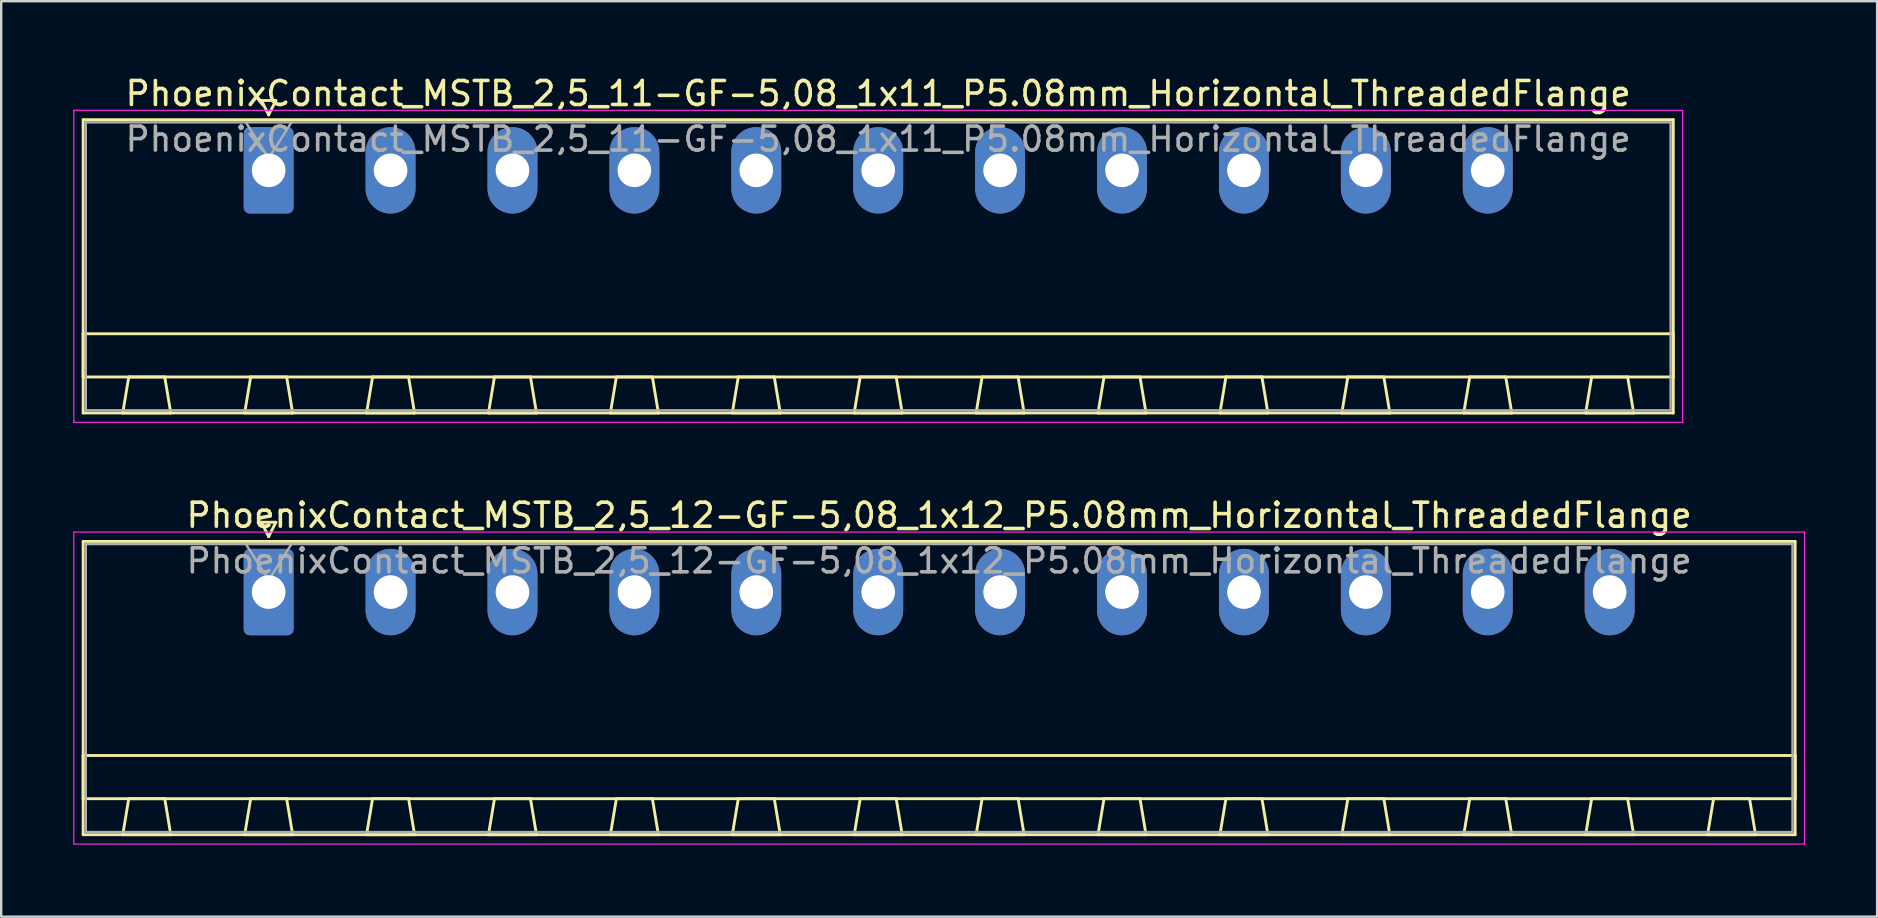
<source format=kicad_pcb>
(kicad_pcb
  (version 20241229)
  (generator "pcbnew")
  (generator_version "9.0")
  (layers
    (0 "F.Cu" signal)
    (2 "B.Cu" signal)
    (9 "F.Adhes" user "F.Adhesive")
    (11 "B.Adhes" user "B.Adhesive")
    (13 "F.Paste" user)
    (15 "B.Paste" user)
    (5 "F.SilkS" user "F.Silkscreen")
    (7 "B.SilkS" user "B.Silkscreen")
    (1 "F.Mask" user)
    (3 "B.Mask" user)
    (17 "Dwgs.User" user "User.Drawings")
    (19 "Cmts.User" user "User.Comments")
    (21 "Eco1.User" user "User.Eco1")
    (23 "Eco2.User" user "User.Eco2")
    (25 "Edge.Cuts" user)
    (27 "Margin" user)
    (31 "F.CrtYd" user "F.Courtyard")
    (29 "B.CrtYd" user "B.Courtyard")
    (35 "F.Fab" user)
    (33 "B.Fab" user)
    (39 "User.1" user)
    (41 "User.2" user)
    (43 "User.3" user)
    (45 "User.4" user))
  (footprint "PhoenixContact_MSTB_2,5_11-GF-5,08_1x11_P5.08mm_Horizontal_ThreadedFlange"
    (layer "F.Cu")
    (at 8.145 4.048)
    (property "Reference" "PhoenixContact_MSTB_2,5_11-GF-5,08_1x11_P5.08mm_Horizontal_ThreadedFlange" (at 25.4 -3.2 0) (layer "F.SilkS") (effects (font (size 1 1) (thickness 0.15))))
    (attr through_hole)
    (fp_line (start -7.73 -2.11) (end -7.73 10.11) (stroke (width 0.12) (type solid)) (layer "F.SilkS"))
    (fp_line (start -7.73 6.81) (end 58.53 6.81) (stroke (width 0.12) (type solid)) (layer "F.SilkS"))
    (fp_line (start -7.73 8.61) (end -7.73 6.81) (stroke (width 0.12) (type solid)) (layer "F.SilkS"))
    (fp_line (start -7.73 10.11) (end 58.53 10.11) (stroke (width 0.12) (type solid)) (layer "F.SilkS"))
    (fp_line (start -6.08 10.11) (end -4.08 10.11) (stroke (width 0.12) (type solid)) (layer "F.SilkS"))
    (fp_line (start -5.83 8.61) (end -6.08 10.11) (stroke (width 0.12) (type solid)) (layer "F.SilkS"))
    (fp_line (start -4.33 8.61) (end -5.83 8.61) (stroke (width 0.12) (type solid)) (layer "F.SilkS"))
    (fp_line (start -4.08 10.11) (end -4.33 8.61) (stroke (width 0.12) (type solid)) (layer "F.SilkS"))
    (fp_line (start -1 10.11) (end 1 10.11) (stroke (width 0.12) (type solid)) (layer "F.SilkS"))
    (fp_line (start -0.75 8.61) (end -1 10.11) (stroke (width 0.12) (type solid)) (layer "F.SilkS"))
    (fp_line (start -0.3 -2.91) (end 0.3 -2.91) (stroke (width 0.12) (type solid)) (layer "F.SilkS"))
    (fp_line (start 0 -2.31) (end -0.3 -2.91) (stroke (width 0.12) (type solid)) (layer "F.SilkS"))
    (fp_line (start 0.3 -2.91) (end 0 -2.31) (stroke (width 0.12) (type solid)) (layer "F.SilkS"))
    (fp_line (start 0.75 8.61) (end -0.75 8.61) (stroke (width 0.12) (type solid)) (layer "F.SilkS"))
    (fp_line (start 1 10.11) (end 0.75 8.61) (stroke (width 0.12) (type solid)) (layer "F.SilkS"))
    (fp_line (start 4.08 10.11) (end 6.08 10.11) (stroke (width 0.12) (type solid)) (layer "F.SilkS"))
    (fp_line (start 4.33 8.61) (end 4.08 10.11) (stroke (width 0.12) (type solid)) (layer "F.SilkS"))
    (fp_line (start 5.83 8.61) (end 4.33 8.61) (stroke (width 0.12) (type solid)) (layer "F.SilkS"))
    (fp_line (start 6.08 10.11) (end 5.83 8.61) (stroke (width 0.12) (type solid)) (layer "F.SilkS"))
    (fp_line (start 9.16 10.11) (end 11.16 10.11) (stroke (width 0.12) (type solid)) (layer "F.SilkS"))
    (fp_line (start 9.41 8.61) (end 9.16 10.11) (stroke (width 0.12) (type solid)) (layer "F.SilkS"))
    (fp_line (start 10.91 8.61) (end 9.41 8.61) (stroke (width 0.12) (type solid)) (layer "F.SilkS"))
    (fp_line (start 11.16 10.11) (end 10.91 8.61) (stroke (width 0.12) (type solid)) (layer "F.SilkS"))
    (fp_line (start 14.24 10.11) (end 16.24 10.11) (stroke (width 0.12) (type solid)) (layer "F.SilkS"))
    (fp_line (start 14.49 8.61) (end 14.24 10.11) (stroke (width 0.12) (type solid)) (layer "F.SilkS"))
    (fp_line (start 15.99 8.61) (end 14.49 8.61) (stroke (width 0.12) (type solid)) (layer "F.SilkS"))
    (fp_line (start 16.24 10.11) (end 15.99 8.61) (stroke (width 0.12) (type solid)) (layer "F.SilkS"))
    (fp_line (start 19.32 10.11) (end 21.32 10.11) (stroke (width 0.12) (type solid)) (layer "F.SilkS"))
    (fp_line (start 19.57 8.61) (end 19.32 10.11) (stroke (width 0.12) (type solid)) (layer "F.SilkS"))
    (fp_line (start 21.07 8.61) (end 19.57 8.61) (stroke (width 0.12) (type solid)) (layer "F.SilkS"))
    (fp_line (start 21.32 10.11) (end 21.07 8.61) (stroke (width 0.12) (type solid)) (layer "F.SilkS"))
    (fp_line (start 24.4 10.11) (end 26.4 10.11) (stroke (width 0.12) (type solid)) (layer "F.SilkS"))
    (fp_line (start 24.65 8.61) (end 24.4 10.11) (stroke (width 0.12) (type solid)) (layer "F.SilkS"))
    (fp_line (start 26.15 8.61) (end 24.65 8.61) (stroke (width 0.12) (type solid)) (layer "F.SilkS"))
    (fp_line (start 26.4 10.11) (end 26.15 8.61) (stroke (width 0.12) (type solid)) (layer "F.SilkS"))
    (fp_line (start 29.48 10.11) (end 31.48 10.11) (stroke (width 0.12) (type solid)) (layer "F.SilkS"))
    (fp_line (start 29.73 8.61) (end 29.48 10.11) (stroke (width 0.12) (type solid)) (layer "F.SilkS"))
    (fp_line (start 31.23 8.61) (end 29.73 8.61) (stroke (width 0.12) (type solid)) (layer "F.SilkS"))
    (fp_line (start 31.48 10.11) (end 31.23 8.61) (stroke (width 0.12) (type solid)) (layer "F.SilkS"))
    (fp_line (start 34.56 10.11) (end 36.56 10.11) (stroke (width 0.12) (type solid)) (layer "F.SilkS"))
    (fp_line (start 34.81 8.61) (end 34.56 10.11) (stroke (width 0.12) (type solid)) (layer "F.SilkS"))
    (fp_line (start 36.31 8.61) (end 34.81 8.61) (stroke (width 0.12) (type solid)) (layer "F.SilkS"))
    (fp_line (start 36.56 10.11) (end 36.31 8.61) (stroke (width 0.12) (type solid)) (layer "F.SilkS"))
    (fp_line (start 39.64 10.11) (end 41.64 10.11) (stroke (width 0.12) (type solid)) (layer "F.SilkS"))
    (fp_line (start 39.89 8.61) (end 39.64 10.11) (stroke (width 0.12) (type solid)) (layer "F.SilkS"))
    (fp_line (start 41.39 8.61) (end 39.89 8.61) (stroke (width 0.12) (type solid)) (layer "F.SilkS"))
    (fp_line (start 41.64 10.11) (end 41.39 8.61) (stroke (width 0.12) (type solid)) (layer "F.SilkS"))
    (fp_line (start 44.72 10.11) (end 46.72 10.11) (stroke (width 0.12) (type solid)) (layer "F.SilkS"))
    (fp_line (start 44.97 8.61) (end 44.72 10.11) (stroke (width 0.12) (type solid)) (layer "F.SilkS"))
    (fp_line (start 46.47 8.61) (end 44.97 8.61) (stroke (width 0.12) (type solid)) (layer "F.SilkS"))
    (fp_line (start 46.72 10.11) (end 46.47 8.61) (stroke (width 0.12) (type solid)) (layer "F.SilkS"))
    (fp_line (start 49.8 10.11) (end 51.8 10.11) (stroke (width 0.12) (type solid)) (layer "F.SilkS"))
    (fp_line (start 50.05 8.61) (end 49.8 10.11) (stroke (width 0.12) (type solid)) (layer "F.SilkS"))
    (fp_line (start 51.55 8.61) (end 50.05 8.61) (stroke (width 0.12) (type solid)) (layer "F.SilkS"))
    (fp_line (start 51.8 10.11) (end 51.55 8.61) (stroke (width 0.12) (type solid)) (layer "F.SilkS"))
    (fp_line (start 54.88 10.11) (end 56.88 10.11) (stroke (width 0.12) (type solid)) (layer "F.SilkS"))
    (fp_line (start 55.13 8.61) (end 54.88 10.11) (stroke (width 0.12) (type solid)) (layer "F.SilkS"))
    (fp_line (start 56.63 8.61) (end 55.13 8.61) (stroke (width 0.12) (type solid)) (layer "F.SilkS"))
    (fp_line (start 56.88 10.11) (end 56.63 8.61) (stroke (width 0.12) (type solid)) (layer "F.SilkS"))
    (fp_line (start 58.53 -2.11) (end -7.73 -2.11) (stroke (width 0.12) (type solid)) (layer "F.SilkS"))
    (fp_line (start 58.53 6.81) (end 58.53 8.61) (stroke (width 0.12) (type solid)) (layer "F.SilkS"))
    (fp_line (start 58.53 8.61) (end -7.73 8.61) (stroke (width 0.12) (type solid)) (layer "F.SilkS"))
    (fp_line (start 58.53 10.11) (end 58.53 -2.11) (stroke (width 0.12) (type solid)) (layer "F.SilkS"))
    (fp_line (start -8.12 -2.5) (end -8.12 10.5) (stroke (width 0.05) (type solid)) (layer "F.CrtYd"))
    (fp_line (start -8.12 10.5) (end 58.92 10.5) (stroke (width 0.05) (type solid)) (layer "F.CrtYd"))
    (fp_line (start 58.92 -2.5) (end -8.12 -2.5) (stroke (width 0.05) (type solid)) (layer "F.CrtYd"))
    (fp_line (start 58.92 10.5) (end 58.92 -2.5) (stroke (width 0.05) (type solid)) (layer "F.CrtYd"))
    (fp_line (start -7.62 -2) (end -7.62 10) (stroke (width 0.1) (type solid)) (layer "F.Fab"))
    (fp_line (start -7.62 10) (end 58.42 10) (stroke (width 0.1) (type solid)) (layer "F.Fab"))
    (fp_line (start 0 -0.5) (end -0.95 -2) (stroke (width 0.1) (type solid)) (layer "F.Fab"))
    (fp_line (start 0.95 -2) (end 0 -0.5) (stroke (width 0.1) (type solid)) (layer "F.Fab"))
    (fp_line (start 58.42 -2) (end -7.62 -2) (stroke (width 0.1) (type solid)) (layer "F.Fab"))
    (fp_line (start 58.42 10) (end 58.42 -2) (stroke (width 0.1) (type solid)) (layer "F.Fab"))
    (fp_text user "${REFERENCE}" (at 25.4 -1.3 0) (layer "F.Fab") (effects (font (size 1 1) (thickness 0.15))))
    (pad "1" thru_hole roundrect (at 0 0) (size 2.08 3.6) (drill 1.4) (layers "*.Cu" "*.Mask") (roundrect_rratio 0.12))
    (pad "2" thru_hole oval (at 5.08 0) (size 2.08 3.6) (drill 1.4) (layers "*.Cu" "*.Mask"))
    (pad "3" thru_hole oval (at 10.16 0) (size 2.08 3.6) (drill 1.4) (layers "*.Cu" "*.Mask"))
    (pad "4" thru_hole oval (at 15.24 0) (size 2.08 3.6) (drill 1.4) (layers "*.Cu" "*.Mask"))
    (pad "5" thru_hole oval (at 20.32 0) (size 2.08 3.6) (drill 1.4) (layers "*.Cu" "*.Mask"))
    (pad "6" thru_hole oval (at 25.4 0) (size 2.08 3.6) (drill 1.4) (layers "*.Cu" "*.Mask"))
    (pad "7" thru_hole oval (at 30.48 0) (size 2.08 3.6) (drill 1.4) (layers "*.Cu" "*.Mask"))
    (pad "8" thru_hole oval (at 35.56 0) (size 2.08 3.6) (drill 1.4) (layers "*.Cu" "*.Mask"))
    (pad "9" thru_hole oval (at 40.64 0) (size 2.08 3.6) (drill 1.4) (layers "*.Cu" "*.Mask"))
    (pad "10" thru_hole oval (at 45.72 0) (size 2.08 3.6) (drill 1.4) (layers "*.Cu" "*.Mask"))
    (pad "11" thru_hole oval (at 50.8 0) (size 2.08 3.6) (drill 1.4) (layers "*.Cu" "*.Mask")))
  (footprint "PhoenixContact_MSTB_2,5_12-GF-5,08_1x12_P5.08mm_Horizontal_ThreadedFlange"
    (layer "F.Cu")
    (at 8.145 21.622)
    (property "Reference" "PhoenixContact_MSTB_2,5_12-GF-5,08_1x12_P5.08mm_Horizontal_ThreadedFlange" (at 27.94 -3.2 0) (layer "F.SilkS") (effects (font (size 1 1) (thickness 0.15))))
    (attr through_hole)
    (fp_line (start -7.73 -2.11) (end -7.73 10.11) (stroke (width 0.12) (type solid)) (layer "F.SilkS"))
    (fp_line (start -7.73 6.81) (end 63.61 6.81) (stroke (width 0.12) (type solid)) (layer "F.SilkS"))
    (fp_line (start -7.73 8.61) (end -7.73 6.81) (stroke (width 0.12) (type solid)) (layer "F.SilkS"))
    (fp_line (start -7.73 10.11) (end 63.61 10.11) (stroke (width 0.12) (type solid)) (layer "F.SilkS"))
    (fp_line (start -6.08 10.11) (end -4.08 10.11) (stroke (width 0.12) (type solid)) (layer "F.SilkS"))
    (fp_line (start -5.83 8.61) (end -6.08 10.11) (stroke (width 0.12) (type solid)) (layer "F.SilkS"))
    (fp_line (start -4.33 8.61) (end -5.83 8.61) (stroke (width 0.12) (type solid)) (layer "F.SilkS"))
    (fp_line (start -4.08 10.11) (end -4.33 8.61) (stroke (width 0.12) (type solid)) (layer "F.SilkS"))
    (fp_line (start -1 10.11) (end 1 10.11) (stroke (width 0.12) (type solid)) (layer "F.SilkS"))
    (fp_line (start -0.75 8.61) (end -1 10.11) (stroke (width 0.12) (type solid)) (layer "F.SilkS"))
    (fp_line (start -0.3 -2.91) (end 0.3 -2.91) (stroke (width 0.12) (type solid)) (layer "F.SilkS"))
    (fp_line (start 0 -2.31) (end -0.3 -2.91) (stroke (width 0.12) (type solid)) (layer "F.SilkS"))
    (fp_line (start 0.3 -2.91) (end 0 -2.31) (stroke (width 0.12) (type solid)) (layer "F.SilkS"))
    (fp_line (start 0.75 8.61) (end -0.75 8.61) (stroke (width 0.12) (type solid)) (layer "F.SilkS"))
    (fp_line (start 1 10.11) (end 0.75 8.61) (stroke (width 0.12) (type solid)) (layer "F.SilkS"))
    (fp_line (start 4.08 10.11) (end 6.08 10.11) (stroke (width 0.12) (type solid)) (layer "F.SilkS"))
    (fp_line (start 4.33 8.61) (end 4.08 10.11) (stroke (width 0.12) (type solid)) (layer "F.SilkS"))
    (fp_line (start 5.83 8.61) (end 4.33 8.61) (stroke (width 0.12) (type solid)) (layer "F.SilkS"))
    (fp_line (start 6.08 10.11) (end 5.83 8.61) (stroke (width 0.12) (type solid)) (layer "F.SilkS"))
    (fp_line (start 9.16 10.11) (end 11.16 10.11) (stroke (width 0.12) (type solid)) (layer "F.SilkS"))
    (fp_line (start 9.41 8.61) (end 9.16 10.11) (stroke (width 0.12) (type solid)) (layer "F.SilkS"))
    (fp_line (start 10.91 8.61) (end 9.41 8.61) (stroke (width 0.12) (type solid)) (layer "F.SilkS"))
    (fp_line (start 11.16 10.11) (end 10.91 8.61) (stroke (width 0.12) (type solid)) (layer "F.SilkS"))
    (fp_line (start 14.24 10.11) (end 16.24 10.11) (stroke (width 0.12) (type solid)) (layer "F.SilkS"))
    (fp_line (start 14.49 8.61) (end 14.24 10.11) (stroke (width 0.12) (type solid)) (layer "F.SilkS"))
    (fp_line (start 15.99 8.61) (end 14.49 8.61) (stroke (width 0.12) (type solid)) (layer "F.SilkS"))
    (fp_line (start 16.24 10.11) (end 15.99 8.61) (stroke (width 0.12) (type solid)) (layer "F.SilkS"))
    (fp_line (start 19.32 10.11) (end 21.32 10.11) (stroke (width 0.12) (type solid)) (layer "F.SilkS"))
    (fp_line (start 19.57 8.61) (end 19.32 10.11) (stroke (width 0.12) (type solid)) (layer "F.SilkS"))
    (fp_line (start 21.07 8.61) (end 19.57 8.61) (stroke (width 0.12) (type solid)) (layer "F.SilkS"))
    (fp_line (start 21.32 10.11) (end 21.07 8.61) (stroke (width 0.12) (type solid)) (layer "F.SilkS"))
    (fp_line (start 24.4 10.11) (end 26.4 10.11) (stroke (width 0.12) (type solid)) (layer "F.SilkS"))
    (fp_line (start 24.65 8.61) (end 24.4 10.11) (stroke (width 0.12) (type solid)) (layer "F.SilkS"))
    (fp_line (start 26.15 8.61) (end 24.65 8.61) (stroke (width 0.12) (type solid)) (layer "F.SilkS"))
    (fp_line (start 26.4 10.11) (end 26.15 8.61) (stroke (width 0.12) (type solid)) (layer "F.SilkS"))
    (fp_line (start 29.48 10.11) (end 31.48 10.11) (stroke (width 0.12) (type solid)) (layer "F.SilkS"))
    (fp_line (start 29.73 8.61) (end 29.48 10.11) (stroke (width 0.12) (type solid)) (layer "F.SilkS"))
    (fp_line (start 31.23 8.61) (end 29.73 8.61) (stroke (width 0.12) (type solid)) (layer "F.SilkS"))
    (fp_line (start 31.48 10.11) (end 31.23 8.61) (stroke (width 0.12) (type solid)) (layer "F.SilkS"))
    (fp_line (start 34.56 10.11) (end 36.56 10.11) (stroke (width 0.12) (type solid)) (layer "F.SilkS"))
    (fp_line (start 34.81 8.61) (end 34.56 10.11) (stroke (width 0.12) (type solid)) (layer "F.SilkS"))
    (fp_line (start 36.31 8.61) (end 34.81 8.61) (stroke (width 0.12) (type solid)) (layer "F.SilkS"))
    (fp_line (start 36.56 10.11) (end 36.31 8.61) (stroke (width 0.12) (type solid)) (layer "F.SilkS"))
    (fp_line (start 39.64 10.11) (end 41.64 10.11) (stroke (width 0.12) (type solid)) (layer "F.SilkS"))
    (fp_line (start 39.89 8.61) (end 39.64 10.11) (stroke (width 0.12) (type solid)) (layer "F.SilkS"))
    (fp_line (start 41.39 8.61) (end 39.89 8.61) (stroke (width 0.12) (type solid)) (layer "F.SilkS"))
    (fp_line (start 41.64 10.11) (end 41.39 8.61) (stroke (width 0.12) (type solid)) (layer "F.SilkS"))
    (fp_line (start 44.72 10.11) (end 46.72 10.11) (stroke (width 0.12) (type solid)) (layer "F.SilkS"))
    (fp_line (start 44.97 8.61) (end 44.72 10.11) (stroke (width 0.12) (type solid)) (layer "F.SilkS"))
    (fp_line (start 46.47 8.61) (end 44.97 8.61) (stroke (width 0.12) (type solid)) (layer "F.SilkS"))
    (fp_line (start 46.72 10.11) (end 46.47 8.61) (stroke (width 0.12) (type solid)) (layer "F.SilkS"))
    (fp_line (start 49.8 10.11) (end 51.8 10.11) (stroke (width 0.12) (type solid)) (layer "F.SilkS"))
    (fp_line (start 50.05 8.61) (end 49.8 10.11) (stroke (width 0.12) (type solid)) (layer "F.SilkS"))
    (fp_line (start 51.55 8.61) (end 50.05 8.61) (stroke (width 0.12) (type solid)) (layer "F.SilkS"))
    (fp_line (start 51.8 10.11) (end 51.55 8.61) (stroke (width 0.12) (type solid)) (layer "F.SilkS"))
    (fp_line (start 54.88 10.11) (end 56.88 10.11) (stroke (width 0.12) (type solid)) (layer "F.SilkS"))
    (fp_line (start 55.13 8.61) (end 54.88 10.11) (stroke (width 0.12) (type solid)) (layer "F.SilkS"))
    (fp_line (start 56.63 8.61) (end 55.13 8.61) (stroke (width 0.12) (type solid)) (layer "F.SilkS"))
    (fp_line (start 56.88 10.11) (end 56.63 8.61) (stroke (width 0.12) (type solid)) (layer "F.SilkS"))
    (fp_line (start 59.96 10.11) (end 61.96 10.11) (stroke (width 0.12) (type solid)) (layer "F.SilkS"))
    (fp_line (start 60.21 8.61) (end 59.96 10.11) (stroke (width 0.12) (type solid)) (layer "F.SilkS"))
    (fp_line (start 61.71 8.61) (end 60.21 8.61) (stroke (width 0.12) (type solid)) (layer "F.SilkS"))
    (fp_line (start 61.96 10.11) (end 61.71 8.61) (stroke (width 0.12) (type solid)) (layer "F.SilkS"))
    (fp_line (start 63.61 -2.11) (end -7.73 -2.11) (stroke (width 0.12) (type solid)) (layer "F.SilkS"))
    (fp_line (start 63.61 6.81) (end 63.61 8.61) (stroke (width 0.12) (type solid)) (layer "F.SilkS"))
    (fp_line (start 63.61 8.61) (end -7.73 8.61) (stroke (width 0.12) (type solid)) (layer "F.SilkS"))
    (fp_line (start 63.61 10.11) (end 63.61 -2.11) (stroke (width 0.12) (type solid)) (layer "F.SilkS"))
    (fp_line (start -8.12 -2.5) (end -8.12 10.5) (stroke (width 0.05) (type solid)) (layer "F.CrtYd"))
    (fp_line (start -8.12 10.5) (end 64 10.5) (stroke (width 0.05) (type solid)) (layer "F.CrtYd"))
    (fp_line (start 64 -2.5) (end -8.12 -2.5) (stroke (width 0.05) (type solid)) (layer "F.CrtYd"))
    (fp_line (start 64 10.5) (end 64 -2.5) (stroke (width 0.05) (type solid)) (layer "F.CrtYd"))
    (fp_line (start -7.62 -2) (end -7.62 10) (stroke (width 0.1) (type solid)) (layer "F.Fab"))
    (fp_line (start -7.62 10) (end 63.5 10) (stroke (width 0.1) (type solid)) (layer "F.Fab"))
    (fp_line (start 0 -0.5) (end -0.95 -2) (stroke (width 0.1) (type solid)) (layer "F.Fab"))
    (fp_line (start 0.95 -2) (end 0 -0.5) (stroke (width 0.1) (type solid)) (layer "F.Fab"))
    (fp_line (start 63.5 -2) (end -7.62 -2) (stroke (width 0.1) (type solid)) (layer "F.Fab"))
    (fp_line (start 63.5 10) (end 63.5 -2) (stroke (width 0.1) (type solid)) (layer "F.Fab"))
    (fp_text user "${REFERENCE}" (at 27.94 -1.3 0) (layer "F.Fab") (effects (font (size 1 1) (thickness 0.15))))
    (pad "1" thru_hole roundrect (at 0 0) (size 2.08 3.6) (drill 1.4) (layers "*.Cu" "*.Mask") (roundrect_rratio 0.12))
    (pad "2" thru_hole oval (at 5.08 0) (size 2.08 3.6) (drill 1.4) (layers "*.Cu" "*.Mask"))
    (pad "3" thru_hole oval (at 10.16 0) (size 2.08 3.6) (drill 1.4) (layers "*.Cu" "*.Mask"))
    (pad "4" thru_hole oval (at 15.24 0) (size 2.08 3.6) (drill 1.4) (layers "*.Cu" "*.Mask"))
    (pad "5" thru_hole oval (at 20.32 0) (size 2.08 3.6) (drill 1.4) (layers "*.Cu" "*.Mask"))
    (pad "6" thru_hole oval (at 25.4 0) (size 2.08 3.6) (drill 1.4) (layers "*.Cu" "*.Mask"))
    (pad "7" thru_hole oval (at 30.48 0) (size 2.08 3.6) (drill 1.4) (layers "*.Cu" "*.Mask"))
    (pad "8" thru_hole oval (at 35.56 0) (size 2.08 3.6) (drill 1.4) (layers "*.Cu" "*.Mask"))
    (pad "9" thru_hole oval (at 40.64 0) (size 2.08 3.6) (drill 1.4) (layers "*.Cu" "*.Mask"))
    (pad "10" thru_hole oval (at 45.72 0) (size 2.08 3.6) (drill 1.4) (layers "*.Cu" "*.Mask"))
    (pad "11" thru_hole oval (at 50.8 0) (size 2.08 3.6) (drill 1.4) (layers "*.Cu" "*.Mask"))
    (pad "12" thru_hole oval (at 55.88 0) (size 2.08 3.6) (drill 1.4) (layers "*.Cu" "*.Mask")))
  (gr_rect
    (start -3 -3)
    (end 75.17 35.147)
    (stroke (width 0.1) (type default))
    (fill no)
    (layer "Edge.Cuts")))
</source>
